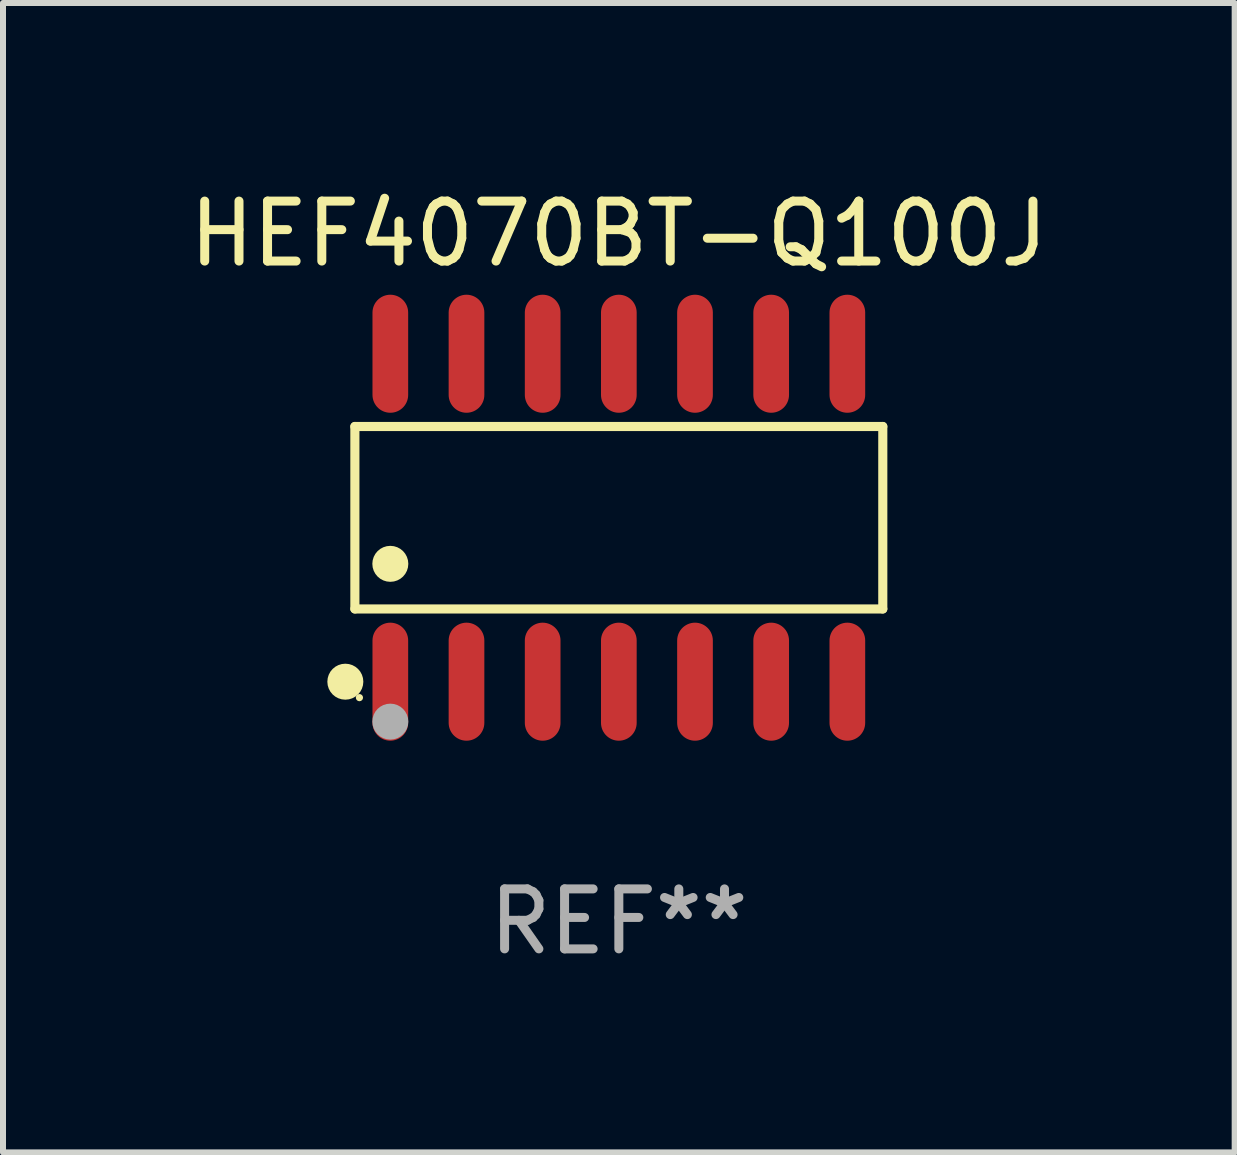
<source format=kicad_pcb>
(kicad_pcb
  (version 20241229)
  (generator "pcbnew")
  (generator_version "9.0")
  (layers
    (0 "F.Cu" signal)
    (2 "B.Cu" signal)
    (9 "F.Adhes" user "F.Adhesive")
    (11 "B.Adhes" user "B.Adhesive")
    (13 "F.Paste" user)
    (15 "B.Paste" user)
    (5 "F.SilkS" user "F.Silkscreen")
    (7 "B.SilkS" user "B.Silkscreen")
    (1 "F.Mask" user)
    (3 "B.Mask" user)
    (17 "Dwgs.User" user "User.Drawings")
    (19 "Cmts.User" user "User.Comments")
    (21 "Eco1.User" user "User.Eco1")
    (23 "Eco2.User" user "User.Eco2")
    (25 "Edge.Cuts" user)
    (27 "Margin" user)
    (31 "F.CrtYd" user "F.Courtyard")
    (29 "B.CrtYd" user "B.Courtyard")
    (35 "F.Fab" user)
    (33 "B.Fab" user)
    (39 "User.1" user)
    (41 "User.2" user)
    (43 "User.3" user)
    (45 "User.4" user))
  (footprint "HEF4070BT-Q100J"
    (layer "F.Cu")
    (at 7.268 5.582)
    (property "Reference" "HEF4070BT-Q100J" (at 0 -4.734 0) (layer "F.SilkS") (effects (font (size 1 1) (thickness 0.15))))
    (attr through_hole)
    (fp_line (start -4.401 -1.521) (end 4.401 -1.521) (stroke (width 0.152) (type solid)) (layer "F.SilkS"))
    (fp_line (start -4.401 1.521) (end -4.401 -1.521) (stroke (width 0.152) (type solid)) (layer "F.SilkS"))
    (fp_line (start 4.401 -1.521) (end 4.401 1.521) (stroke (width 0.152) (type solid)) (layer "F.SilkS"))
    (fp_line (start 4.401 1.521) (end -4.401 1.521) (stroke (width 0.152) (type solid)) (layer "F.SilkS"))
    (fp_circle (center -4.56 2.734) (end -4.41 2.734) (stroke (width 0.3) (type solid)) (fill no) (layer "F.SilkS"))
    (fp_circle (center -4.325 3) (end -4.295 3) (stroke (width 0.06) (type solid)) (fill no) (layer "F.SilkS"))
    (fp_circle (center -3.81 0.769) (end -3.66 0.769) (stroke (width 0.3) (type solid)) (fill no) (layer "F.SilkS"))
    (fp_circle (center -3.81 3.4) (end -3.66 3.4) (stroke (width 0.3) (type solid)) (fill no) (layer "F.Fab"))
    (fp_text user "REF**" (at 0 6.734 0) (layer "F.Fab") (effects (font (size 1 1) (thickness 0.15))))
    (pad "1" smd oval (at -3.81 2.734) (size 0.595 1.968) (layers "F.Cu" "F.Mask" "F.Paste"))
    (pad "2" smd oval (at -2.54 2.734) (size 0.595 1.968) (layers "F.Cu" "F.Mask" "F.Paste"))
    (pad "3" smd oval (at -1.27 2.734) (size 0.595 1.968) (layers "F.Cu" "F.Mask" "F.Paste"))
    (pad "4" smd oval (at 0 2.734) (size 0.595 1.968) (layers "F.Cu" "F.Mask" "F.Paste"))
    (pad "5" smd oval (at 1.27 2.734) (size 0.595 1.968) (layers "F.Cu" "F.Mask" "F.Paste"))
    (pad "6" smd oval (at 2.54 2.734) (size 0.595 1.968) (layers "F.Cu" "F.Mask" "F.Paste"))
    (pad "7" smd oval (at 3.81 2.734) (size 0.595 1.968) (layers "F.Cu" "F.Mask" "F.Paste"))
    (pad "8" smd oval (at 3.81 -2.734) (size 0.595 1.968) (layers "F.Cu" "F.Mask" "F.Paste"))
    (pad "9" smd oval (at 2.54 -2.734) (size 0.595 1.968) (layers "F.Cu" "F.Mask" "F.Paste"))
    (pad "10" smd oval (at 1.27 -2.734) (size 0.595 1.968) (layers "F.Cu" "F.Mask" "F.Paste"))
    (pad "11" smd oval (at 0 -2.734) (size 0.595 1.968) (layers "F.Cu" "F.Mask" "F.Paste"))
    (pad "12" smd oval (at -1.27 -2.734) (size 0.595 1.968) (layers "F.Cu" "F.Mask" "F.Paste"))
    (pad "13" smd oval (at -2.54 -2.734) (size 0.595 1.968) (layers "F.Cu" "F.Mask" "F.Paste"))
    (pad "14" smd oval (at -3.81 -2.734) (size 0.595 1.968) (layers "F.Cu" "F.Mask" "F.Paste")))
  (gr_rect
    (start -3 -3)
    (end 17.536 16.164)
    (stroke (width 0.1) (type default))
    (fill no)
    (layer "Edge.Cuts")))
</source>
